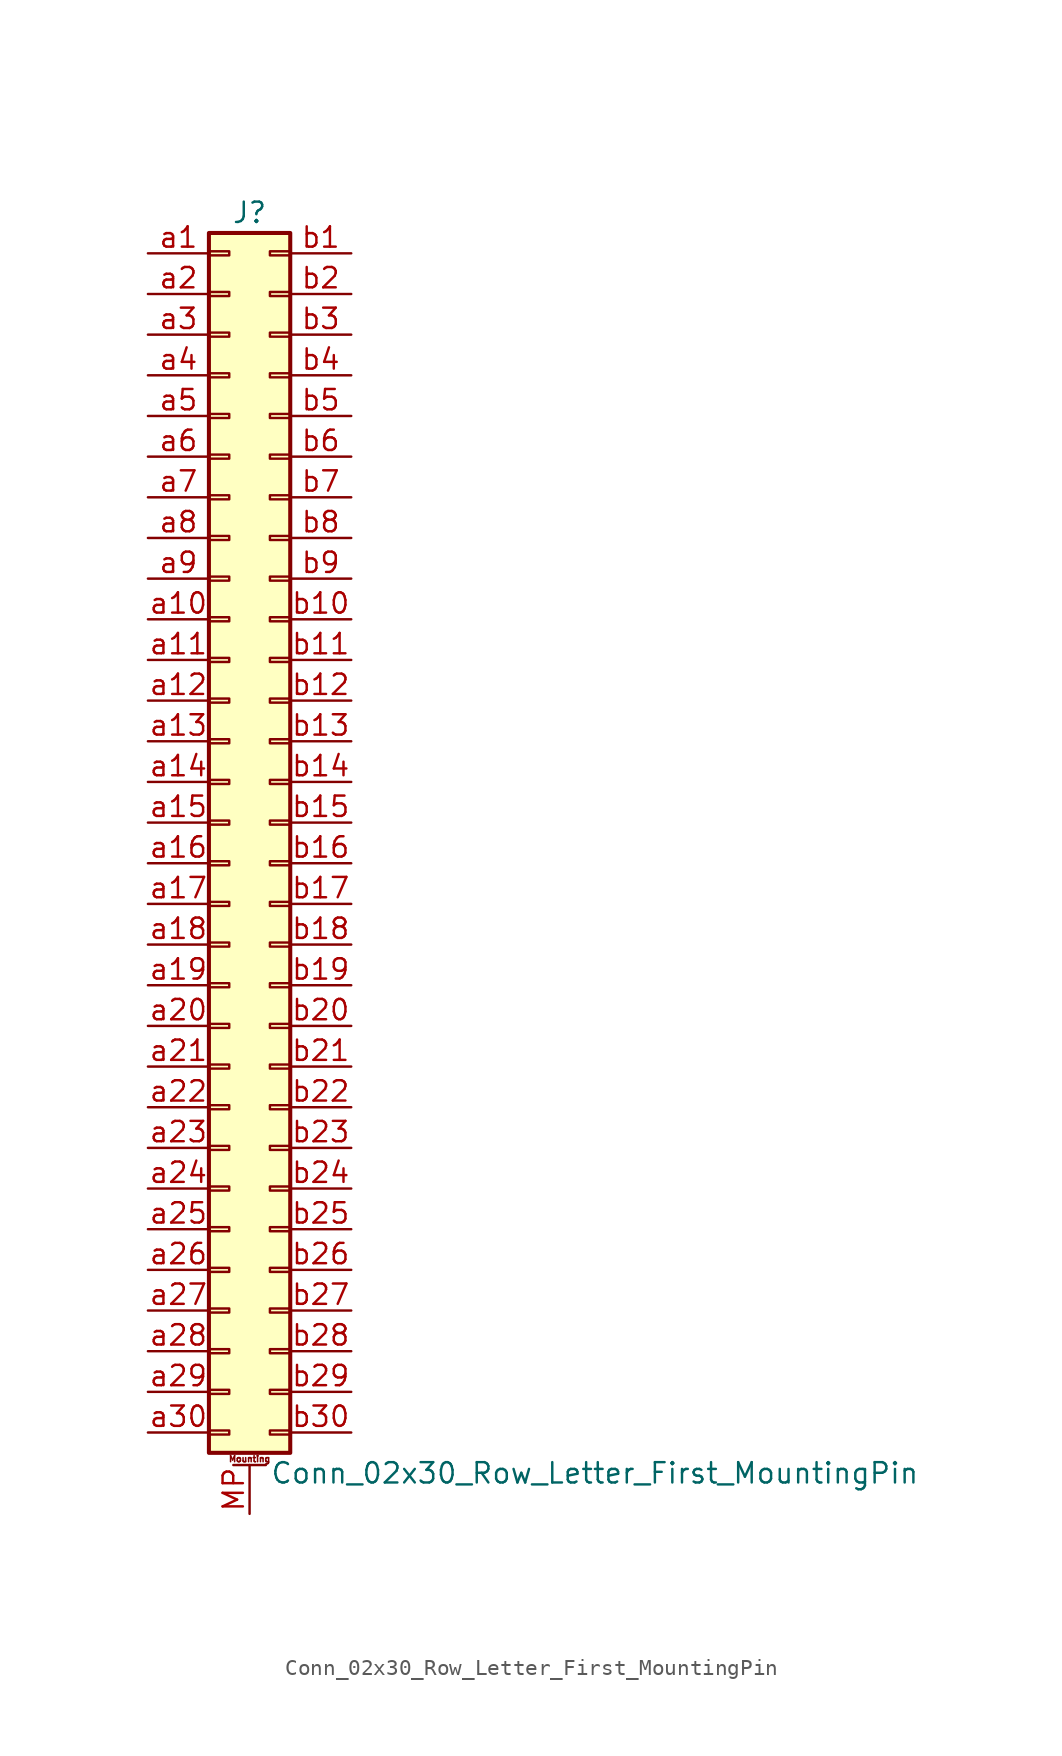
<source format=kicad_sym>
(kicad_symbol_lib
  (version 20220914)
  (generator kicad_symbol_editor)
  (symbol "Conn_02x30_Row_Letter_First_MountingPin"
    (pin_names
      (offset 1.016) hide)
    (property "Reference" "J"
      (at 1.27 38.1 0)
      (effects (font (size 1.27 1.27))))
    (property "Value" "Conn_02x30_Row_Letter_First_MountingPin"
      (at 2.54 -40.64 0)
      (effects (font (size 1.27 1.27)) (justify left)))
    (symbol "Conn_02x30_Row_Letter_First_MountingPin_1_1"
      (rectangle (start -1.27 -37.973) (end 0 -38.227) (stroke (width 0.152) (type default)) (fill (type none)))
      (rectangle (start -1.27 -35.433) (end 0 -35.687) (stroke (width 0.152) (type default)) (fill (type none)))
      (rectangle (start -1.27 -32.893) (end 0 -33.147) (stroke (width 0.152) (type default)) (fill (type none)))
      (rectangle (start -1.27 -30.353) (end 0 -30.607) (stroke (width 0.152) (type default)) (fill (type none)))
      (rectangle (start -1.27 -27.813) (end 0 -28.067) (stroke (width 0.152) (type default)) (fill (type none)))
      (rectangle (start -1.27 -25.273) (end 0 -25.527) (stroke (width 0.152) (type default)) (fill (type none)))
      (rectangle (start -1.27 -22.733) (end 0 -22.987) (stroke (width 0.152) (type default)) (fill (type none)))
      (rectangle (start -1.27 -20.193) (end 0 -20.447) (stroke (width 0.152) (type default)) (fill (type none)))
      (rectangle (start -1.27 -17.653) (end 0 -17.907) (stroke (width 0.152) (type default)) (fill (type none)))
      (rectangle (start -1.27 -15.113) (end 0 -15.367) (stroke (width 0.152) (type default)) (fill (type none)))
      (rectangle (start -1.27 -12.573) (end 0 -12.827) (stroke (width 0.152) (type default)) (fill (type none)))
      (rectangle (start -1.27 -10.033) (end 0 -10.287) (stroke (width 0.152) (type default)) (fill (type none)))
      (rectangle (start -1.27 -7.493) (end 0 -7.747) (stroke (width 0.152) (type default)) (fill (type none)))
      (rectangle (start -1.27 -4.953) (end 0 -5.207) (stroke (width 0.152) (type default)) (fill (type none)))
      (rectangle (start -1.27 -2.413) (end 0 -2.667) (stroke (width 0.152) (type default)) (fill (type none)))
      (rectangle (start -1.27 0.127) (end 0 -0.127) (stroke (width 0.152) (type default)) (fill (type none)))
      (rectangle (start -1.27 2.667) (end 0 2.413) (stroke (width 0.152) (type default)) (fill (type none)))
      (rectangle (start -1.27 5.207) (end 0 4.953) (stroke (width 0.152) (type default)) (fill (type none)))
      (rectangle (start -1.27 7.747) (end 0 7.493) (stroke (width 0.152) (type default)) (fill (type none)))
      (rectangle (start -1.27 10.287) (end 0 10.033) (stroke (width 0.152) (type default)) (fill (type none)))
      (rectangle (start -1.27 12.827) (end 0 12.573) (stroke (width 0.152) (type default)) (fill (type none)))
      (rectangle (start -1.27 15.367) (end 0 15.113) (stroke (width 0.152) (type default)) (fill (type none)))
      (rectangle (start -1.27 17.907) (end 0 17.653) (stroke (width 0.152) (type default)) (fill (type none)))
      (rectangle (start -1.27 20.447) (end 0 20.193) (stroke (width 0.152) (type default)) (fill (type none)))
      (rectangle (start -1.27 22.987) (end 0 22.733) (stroke (width 0.152) (type default)) (fill (type none)))
      (rectangle (start -1.27 25.527) (end 0 25.273) (stroke (width 0.152) (type default)) (fill (type none)))
      (rectangle (start -1.27 28.067) (end 0 27.813) (stroke (width 0.152) (type default)) (fill (type none)))
      (rectangle (start -1.27 30.607) (end 0 30.353) (stroke (width 0.152) (type default)) (fill (type none)))
      (rectangle (start -1.27 33.147) (end 0 32.893) (stroke (width 0.152) (type default)) (fill (type none)))
      (rectangle (start -1.27 35.687) (end 0 35.433) (stroke (width 0.152) (type default)) (fill (type none)))
      (rectangle (start -1.27 36.83) (end 3.81 -39.37) (stroke (width 0.254) (type default)) (fill (type background)))
      (polyline (pts (xy 0.254 -40.132) (xy 2.286 -40.132)) (stroke (width 0.152) (type default)) (fill (type none)))
      (rectangle (start 3.81 -37.973) (end 2.54 -38.227) (stroke (width 0.152) (type default)) (fill (type none)))
      (rectangle (start 3.81 -35.433) (end 2.54 -35.687) (stroke (width 0.152) (type default)) (fill (type none)))
      (rectangle (start 3.81 -32.893) (end 2.54 -33.147) (stroke (width 0.152) (type default)) (fill (type none)))
      (rectangle (start 3.81 -30.353) (end 2.54 -30.607) (stroke (width 0.152) (type default)) (fill (type none)))
      (rectangle (start 3.81 -27.813) (end 2.54 -28.067) (stroke (width 0.152) (type default)) (fill (type none)))
      (rectangle (start 3.81 -25.273) (end 2.54 -25.527) (stroke (width 0.152) (type default)) (fill (type none)))
      (rectangle (start 3.81 -22.733) (end 2.54 -22.987) (stroke (width 0.152) (type default)) (fill (type none)))
      (rectangle (start 3.81 -20.193) (end 2.54 -20.447) (stroke (width 0.152) (type default)) (fill (type none)))
      (rectangle (start 3.81 -17.653) (end 2.54 -17.907) (stroke (width 0.152) (type default)) (fill (type none)))
      (rectangle (start 3.81 -15.113) (end 2.54 -15.367) (stroke (width 0.152) (type default)) (fill (type none)))
      (rectangle (start 3.81 -12.573) (end 2.54 -12.827) (stroke (width 0.152) (type default)) (fill (type none)))
      (rectangle (start 3.81 -10.033) (end 2.54 -10.287) (stroke (width 0.152) (type default)) (fill (type none)))
      (rectangle (start 3.81 -7.493) (end 2.54 -7.747) (stroke (width 0.152) (type default)) (fill (type none)))
      (rectangle (start 3.81 -4.953) (end 2.54 -5.207) (stroke (width 0.152) (type default)) (fill (type none)))
      (rectangle (start 3.81 -2.413) (end 2.54 -2.667) (stroke (width 0.152) (type default)) (fill (type none)))
      (rectangle (start 3.81 0.127) (end 2.54 -0.127) (stroke (width 0.152) (type default)) (fill (type none)))
      (rectangle (start 3.81 2.667) (end 2.54 2.413) (stroke (width 0.152) (type default)) (fill (type none)))
      (rectangle (start 3.81 5.207) (end 2.54 4.953) (stroke (width 0.152) (type default)) (fill (type none)))
      (rectangle (start 3.81 7.747) (end 2.54 7.493) (stroke (width 0.152) (type default)) (fill (type none)))
      (rectangle (start 3.81 10.287) (end 2.54 10.033) (stroke (width 0.152) (type default)) (fill (type none)))
      (rectangle (start 3.81 12.827) (end 2.54 12.573) (stroke (width 0.152) (type default)) (fill (type none)))
      (rectangle (start 3.81 15.367) (end 2.54 15.113) (stroke (width 0.152) (type default)) (fill (type none)))
      (rectangle (start 3.81 17.907) (end 2.54 17.653) (stroke (width 0.152) (type default)) (fill (type none)))
      (rectangle (start 3.81 20.447) (end 2.54 20.193) (stroke (width 0.152) (type default)) (fill (type none)))
      (rectangle (start 3.81 22.987) (end 2.54 22.733) (stroke (width 0.152) (type default)) (fill (type none)))
      (rectangle (start 3.81 25.527) (end 2.54 25.273) (stroke (width 0.152) (type default)) (fill (type none)))
      (rectangle (start 3.81 28.067) (end 2.54 27.813) (stroke (width 0.152) (type default)) (fill (type none)))
      (rectangle (start 3.81 30.607) (end 2.54 30.353) (stroke (width 0.152) (type default)) (fill (type none)))
      (rectangle (start 3.81 33.147) (end 2.54 32.893) (stroke (width 0.152) (type default)) (fill (type none)))
      (rectangle (start 3.81 35.687) (end 2.54 35.433) (stroke (width 0.152) (type default)) (fill (type none)))
      (text "Mounting" (at 1.27 -39.751 0) (effects (font (size 0.381 0.381))))
      (pin passive line (at 1.27 -43.18 90) (length 3.048) (name "MountPin" (effects (font (size 1.27 1.27)))) (number "MP" (effects (font (size 1.27 1.27)))))
      (pin passive line (at -5.08 35.56 0) (length 3.81) (name "Pin_a1" (effects (font (size 1.27 1.27)))) (number "a1" (effects (font (size 1.27 1.27)))))
      (pin passive line (at -5.08 12.7 0) (length 3.81) (name "Pin_a10" (effects (font (size 1.27 1.27)))) (number "a10" (effects (font (size 1.27 1.27)))))
      (pin passive line (at -5.08 10.16 0) (length 3.81) (name "Pin_a11" (effects (font (size 1.27 1.27)))) (number "a11" (effects (font (size 1.27 1.27)))))
      (pin passive line (at -5.08 7.62 0) (length 3.81) (name "Pin_a12" (effects (font (size 1.27 1.27)))) (number "a12" (effects (font (size 1.27 1.27)))))
      (pin passive line (at -5.08 5.08 0) (length 3.81) (name "Pin_a13" (effects (font (size 1.27 1.27)))) (number "a13" (effects (font (size 1.27 1.27)))))
      (pin passive line (at -5.08 2.54 0) (length 3.81) (name "Pin_a14" (effects (font (size 1.27 1.27)))) (number "a14" (effects (font (size 1.27 1.27)))))
      (pin passive line (at -5.08 0 0) (length 3.81) (name "Pin_a15" (effects (font (size 1.27 1.27)))) (number "a15" (effects (font (size 1.27 1.27)))))
      (pin passive line (at -5.08 -2.54 0) (length 3.81) (name "Pin_a16" (effects (font (size 1.27 1.27)))) (number "a16" (effects (font (size 1.27 1.27)))))
      (pin passive line (at -5.08 -5.08 0) (length 3.81) (name "Pin_a17" (effects (font (size 1.27 1.27)))) (number "a17" (effects (font (size 1.27 1.27)))))
      (pin passive line (at -5.08 -7.62 0) (length 3.81) (name "Pin_a18" (effects (font (size 1.27 1.27)))) (number "a18" (effects (font (size 1.27 1.27)))))
      (pin passive line (at -5.08 -10.16 0) (length 3.81) (name "Pin_a19" (effects (font (size 1.27 1.27)))) (number "a19" (effects (font (size 1.27 1.27)))))
      (pin passive line (at -5.08 33.02 0) (length 3.81) (name "Pin_a2" (effects (font (size 1.27 1.27)))) (number "a2" (effects (font (size 1.27 1.27)))))
      (pin passive line (at -5.08 -12.7 0) (length 3.81) (name "Pin_a20" (effects (font (size 1.27 1.27)))) (number "a20" (effects (font (size 1.27 1.27)))))
      (pin passive line (at -5.08 -15.24 0) (length 3.81) (name "Pin_a21" (effects (font (size 1.27 1.27)))) (number "a21" (effects (font (size 1.27 1.27)))))
      (pin passive line (at -5.08 -17.78 0) (length 3.81) (name "Pin_a22" (effects (font (size 1.27 1.27)))) (number "a22" (effects (font (size 1.27 1.27)))))
      (pin passive line (at -5.08 -20.32 0) (length 3.81) (name "Pin_a23" (effects (font (size 1.27 1.27)))) (number "a23" (effects (font (size 1.27 1.27)))))
      (pin passive line (at -5.08 -22.86 0) (length 3.81) (name "Pin_a24" (effects (font (size 1.27 1.27)))) (number "a24" (effects (font (size 1.27 1.27)))))
      (pin passive line (at -5.08 -25.4 0) (length 3.81) (name "Pin_a25" (effects (font (size 1.27 1.27)))) (number "a25" (effects (font (size 1.27 1.27)))))
      (pin passive line (at -5.08 -27.94 0) (length 3.81) (name "Pin_a26" (effects (font (size 1.27 1.27)))) (number "a26" (effects (font (size 1.27 1.27)))))
      (pin passive line (at -5.08 -30.48 0) (length 3.81) (name "Pin_a27" (effects (font (size 1.27 1.27)))) (number "a27" (effects (font (size 1.27 1.27)))))
      (pin passive line (at -5.08 -33.02 0) (length 3.81) (name "Pin_a28" (effects (font (size 1.27 1.27)))) (number "a28" (effects (font (size 1.27 1.27)))))
      (pin passive line (at -5.08 -35.56 0) (length 3.81) (name "Pin_a29" (effects (font (size 1.27 1.27)))) (number "a29" (effects (font (size 1.27 1.27)))))
      (pin passive line (at -5.08 30.48 0) (length 3.81) (name "Pin_a3" (effects (font (size 1.27 1.27)))) (number "a3" (effects (font (size 1.27 1.27)))))
      (pin passive line (at -5.08 -38.1 0) (length 3.81) (name "Pin_a30" (effects (font (size 1.27 1.27)))) (number "a30" (effects (font (size 1.27 1.27)))))
      (pin passive line (at -5.08 27.94 0) (length 3.81) (name "Pin_a4" (effects (font (size 1.27 1.27)))) (number "a4" (effects (font (size 1.27 1.27)))))
      (pin passive line (at -5.08 25.4 0) (length 3.81) (name "Pin_a5" (effects (font (size 1.27 1.27)))) (number "a5" (effects (font (size 1.27 1.27)))))
      (pin passive line (at -5.08 22.86 0) (length 3.81) (name "Pin_a6" (effects (font (size 1.27 1.27)))) (number "a6" (effects (font (size 1.27 1.27)))))
      (pin passive line (at -5.08 20.32 0) (length 3.81) (name "Pin_a7" (effects (font (size 1.27 1.27)))) (number "a7" (effects (font (size 1.27 1.27)))))
      (pin passive line (at -5.08 17.78 0) (length 3.81) (name "Pin_a8" (effects (font (size 1.27 1.27)))) (number "a8" (effects (font (size 1.27 1.27)))))
      (pin passive line (at -5.08 15.24 0) (length 3.81) (name "Pin_a9" (effects (font (size 1.27 1.27)))) (number "a9" (effects (font (size 1.27 1.27)))))
      (pin passive line (at 7.62 35.56 180) (length 3.81) (name "Pin_b1" (effects (font (size 1.27 1.27)))) (number "b1" (effects (font (size 1.27 1.27)))))
      (pin passive line (at 7.62 12.7 180) (length 3.81) (name "Pin_b10" (effects (font (size 1.27 1.27)))) (number "b10" (effects (font (size 1.27 1.27)))))
      (pin passive line (at 7.62 10.16 180) (length 3.81) (name "Pin_b11" (effects (font (size 1.27 1.27)))) (number "b11" (effects (font (size 1.27 1.27)))))
      (pin passive line (at 7.62 7.62 180) (length 3.81) (name "Pin_b12" (effects (font (size 1.27 1.27)))) (number "b12" (effects (font (size 1.27 1.27)))))
      (pin passive line (at 7.62 5.08 180) (length 3.81) (name "Pin_b13" (effects (font (size 1.27 1.27)))) (number "b13" (effects (font (size 1.27 1.27)))))
      (pin passive line (at 7.62 2.54 180) (length 3.81) (name "Pin_b14" (effects (font (size 1.27 1.27)))) (number "b14" (effects (font (size 1.27 1.27)))))
      (pin passive line (at 7.62 0 180) (length 3.81) (name "Pin_b15" (effects (font (size 1.27 1.27)))) (number "b15" (effects (font (size 1.27 1.27)))))
      (pin passive line (at 7.62 -2.54 180) (length 3.81) (name "Pin_b16" (effects (font (size 1.27 1.27)))) (number "b16" (effects (font (size 1.27 1.27)))))
      (pin passive line (at 7.62 -5.08 180) (length 3.81) (name "Pin_b17" (effects (font (size 1.27 1.27)))) (number "b17" (effects (font (size 1.27 1.27)))))
      (pin passive line (at 7.62 -7.62 180) (length 3.81) (name "Pin_b18" (effects (font (size 1.27 1.27)))) (number "b18" (effects (font (size 1.27 1.27)))))
      (pin passive line (at 7.62 -10.16 180) (length 3.81) (name "Pin_b19" (effects (font (size 1.27 1.27)))) (number "b19" (effects (font (size 1.27 1.27)))))
      (pin passive line (at 7.62 33.02 180) (length 3.81) (name "Pin_b2" (effects (font (size 1.27 1.27)))) (number "b2" (effects (font (size 1.27 1.27)))))
      (pin passive line (at 7.62 -12.7 180) (length 3.81) (name "Pin_b20" (effects (font (size 1.27 1.27)))) (number "b20" (effects (font (size 1.27 1.27)))))
      (pin passive line (at 7.62 -15.24 180) (length 3.81) (name "Pin_b21" (effects (font (size 1.27 1.27)))) (number "b21" (effects (font (size 1.27 1.27)))))
      (pin passive line (at 7.62 -17.78 180) (length 3.81) (name "Pin_b22" (effects (font (size 1.27 1.27)))) (number "b22" (effects (font (size 1.27 1.27)))))
      (pin passive line (at 7.62 -20.32 180) (length 3.81) (name "Pin_b23" (effects (font (size 1.27 1.27)))) (number "b23" (effects (font (size 1.27 1.27)))))
      (pin passive line (at 7.62 -22.86 180) (length 3.81) (name "Pin_b24" (effects (font (size 1.27 1.27)))) (number "b24" (effects (font (size 1.27 1.27)))))
      (pin passive line (at 7.62 -25.4 180) (length 3.81) (name "Pin_b25" (effects (font (size 1.27 1.27)))) (number "b25" (effects (font (size 1.27 1.27)))))
      (pin passive line (at 7.62 -27.94 180) (length 3.81) (name "Pin_b26" (effects (font (size 1.27 1.27)))) (number "b26" (effects (font (size 1.27 1.27)))))
      (pin passive line (at 7.62 -30.48 180) (length 3.81) (name "Pin_b27" (effects (font (size 1.27 1.27)))) (number "b27" (effects (font (size 1.27 1.27)))))
      (pin passive line (at 7.62 -33.02 180) (length 3.81) (name "Pin_b28" (effects (font (size 1.27 1.27)))) (number "b28" (effects (font (size 1.27 1.27)))))
      (pin passive line (at 7.62 -35.56 180) (length 3.81) (name "Pin_b29" (effects (font (size 1.27 1.27)))) (number "b29" (effects (font (size 1.27 1.27)))))
      (pin passive line (at 7.62 30.48 180) (length 3.81) (name "Pin_b3" (effects (font (size 1.27 1.27)))) (number "b3" (effects (font (size 1.27 1.27)))))
      (pin passive line (at 7.62 -38.1 180) (length 3.81) (name "Pin_b30" (effects (font (size 1.27 1.27)))) (number "b30" (effects (font (size 1.27 1.27)))))
      (pin passive line (at 7.62 27.94 180) (length 3.81) (name "Pin_b4" (effects (font (size 1.27 1.27)))) (number "b4" (effects (font (size 1.27 1.27)))))
      (pin passive line (at 7.62 25.4 180) (length 3.81) (name "Pin_b5" (effects (font (size 1.27 1.27)))) (number "b5" (effects (font (size 1.27 1.27)))))
      (pin passive line (at 7.62 22.86 180) (length 3.81) (name "Pin_b6" (effects (font (size 1.27 1.27)))) (number "b6" (effects (font (size 1.27 1.27)))))
      (pin passive line (at 7.62 20.32 180) (length 3.81) (name "Pin_b7" (effects (font (size 1.27 1.27)))) (number "b7" (effects (font (size 1.27 1.27)))))
      (pin passive line (at 7.62 17.78 180) (length 3.81) (name "Pin_b8" (effects (font (size 1.27 1.27)))) (number "b8" (effects (font (size 1.27 1.27)))))
      (pin passive line (at 7.62 15.24 180) (length 3.81) (name "Pin_b9" (effects (font (size 1.27 1.27)))) (number "b9" (effects (font (size 1.27 1.27))))))))
</source>
